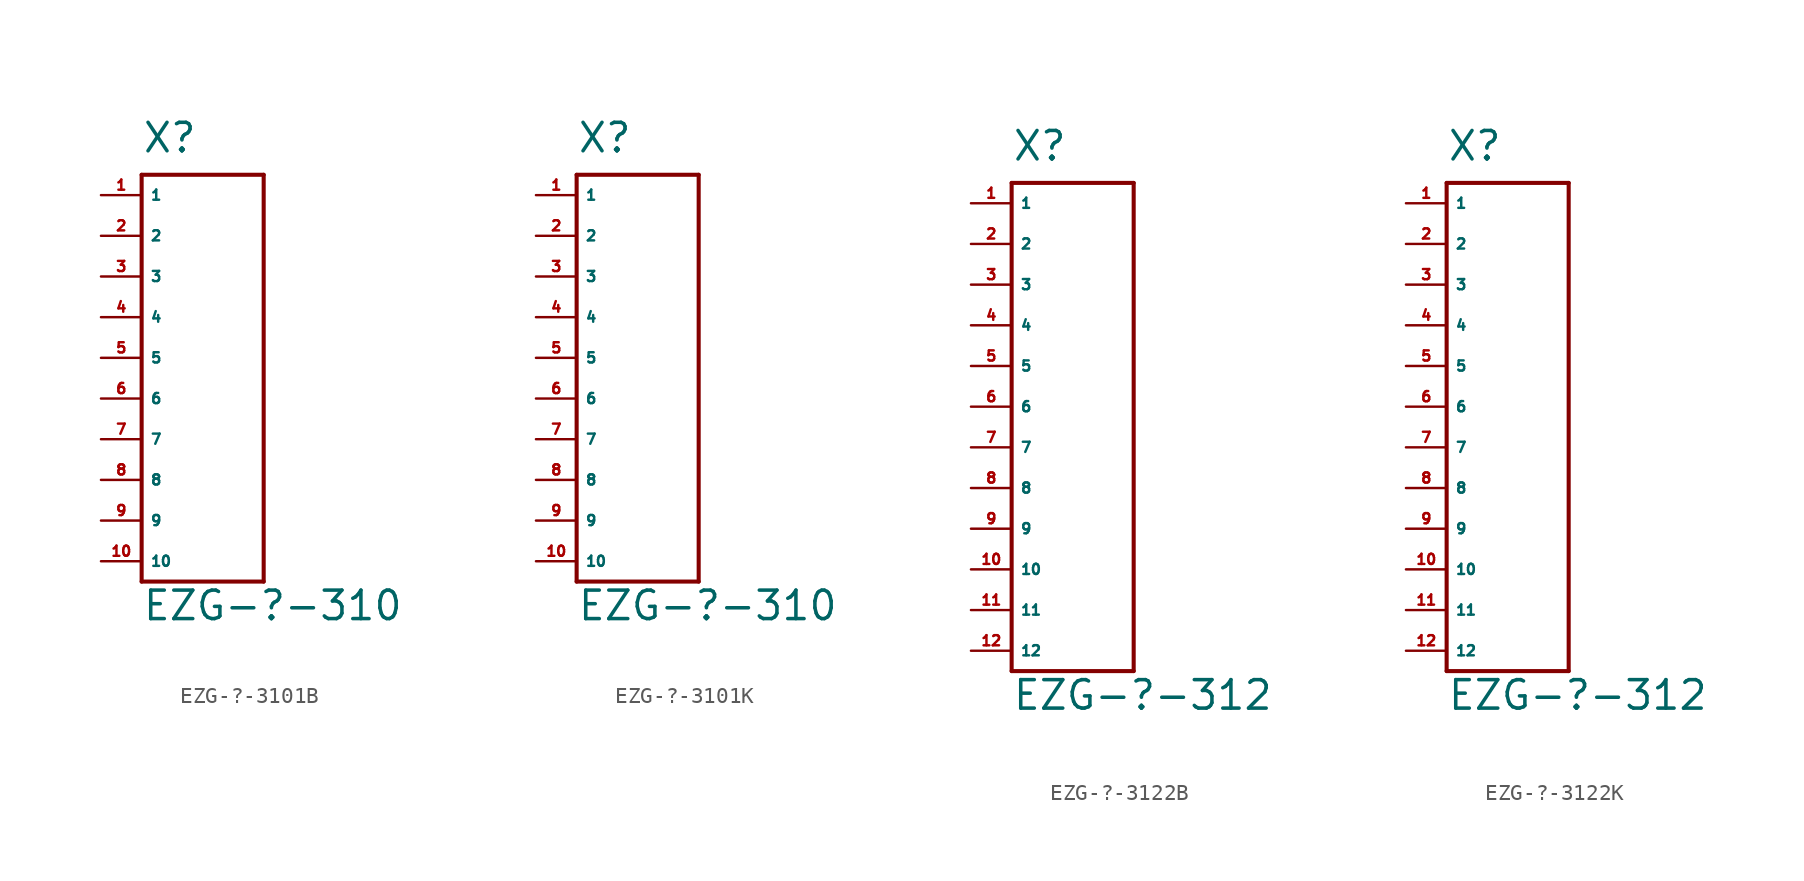
<source format=kicad_sym>
(kicad_symbol_lib
  (version 20220914)
  (generator Eagle2Kicad)
  (symbol "EZG-?-3101B"
    (property "Reference" "X"
      (at -2.54 2.54 0)
      (effects (font (size 1.778 1.778) (thickness 0.22)) (justify left bottom)))
    (property "Value" "EZG-?-310"
      (at -2.54 -26.67 0)
      (effects (font (size 1.778 1.778) (thickness 0.22)) (justify left bottom)))
    (polyline
      (pts (xy -2.54 1.27) (xy -2.54 -24.13))
      (stroke (width 0.254) (type default))
      (fill (type none)))
    (polyline
      (pts (xy -2.54 -24.13) (xy 5.08 -24.13))
      (stroke (width 0.254) (type default))
      (fill (type none)))
    (polyline
      (pts (xy 5.08 -24.13) (xy 5.08 1.27))
      (stroke (width 0.254) (type default))
      (fill (type none)))
    (polyline
      (pts (xy 5.08 1.27) (xy -2.54 1.27))
      (stroke (width 0.254) (type default))
      (fill (type none)))
    (pin passive line
      (at -5.08 0 0)
      (length 2.54)
      (name "1" (effects (font (size 0.635 0.635) (thickness 0.08)) (justify left bottom)))
      (number "1" (effects (font (size 0.635 0.635) (thickness 0.08)) (justify left bottom))))
    (pin passive line
      (at -5.08 -2.54 0)
      (length 2.54)
      (name "2" (effects (font (size 0.635 0.635) (thickness 0.08)) (justify left bottom)))
      (number "2" (effects (font (size 0.635 0.635) (thickness 0.08)) (justify left bottom))))
    (pin passive line
      (at -5.08 -5.08 0)
      (length 2.54)
      (name "3" (effects (font (size 0.635 0.635) (thickness 0.08)) (justify left bottom)))
      (number "3" (effects (font (size 0.635 0.635) (thickness 0.08)) (justify left bottom))))
    (pin passive line
      (at -5.08 -7.62 0)
      (length 2.54)
      (name "4" (effects (font (size 0.635 0.635) (thickness 0.08)) (justify left bottom)))
      (number "4" (effects (font (size 0.635 0.635) (thickness 0.08)) (justify left bottom))))
    (pin passive line
      (at -5.08 -10.16 0)
      (length 2.54)
      (name "5" (effects (font (size 0.635 0.635) (thickness 0.08)) (justify left bottom)))
      (number "5" (effects (font (size 0.635 0.635) (thickness 0.08)) (justify left bottom))))
    (pin passive line
      (at -5.08 -12.7 0)
      (length 2.54)
      (name "6" (effects (font (size 0.635 0.635) (thickness 0.08)) (justify left bottom)))
      (number "6" (effects (font (size 0.635 0.635) (thickness 0.08)) (justify left bottom))))
    (pin passive line
      (at -5.08 -15.24 0)
      (length 2.54)
      (name "7" (effects (font (size 0.635 0.635) (thickness 0.08)) (justify left bottom)))
      (number "7" (effects (font (size 0.635 0.635) (thickness 0.08)) (justify left bottom))))
    (pin passive line
      (at -5.08 -17.78 0)
      (length 2.54)
      (name "8" (effects (font (size 0.635 0.635) (thickness 0.08)) (justify left bottom)))
      (number "8" (effects (font (size 0.635 0.635) (thickness 0.08)) (justify left bottom))))
    (pin passive line
      (at -5.08 -20.32 0)
      (length 2.54)
      (name "9" (effects (font (size 0.635 0.635) (thickness 0.08)) (justify left bottom)))
      (number "9" (effects (font (size 0.635 0.635) (thickness 0.08)) (justify left bottom))))
    (pin passive line
      (at -5.08 -22.86 0)
      (length 2.54)
      (name "10" (effects (font (size 0.635 0.635) (thickness 0.08)) (justify left bottom)))
      (number "10" (effects (font (size 0.635 0.635) (thickness 0.08)) (justify left bottom)))))
  (symbol "EZG-?-3101K"
    (property "Reference" "X"
      (at -2.54 2.54 0)
      (effects (font (size 1.778 1.778) (thickness 0.22)) (justify left bottom)))
    (property "Value" "EZG-?-310"
      (at -2.54 -26.67 0)
      (effects (font (size 1.778 1.778) (thickness 0.22)) (justify left bottom)))
    (polyline
      (pts (xy -2.54 1.27) (xy -2.54 -24.13))
      (stroke (width 0.254) (type default))
      (fill (type none)))
    (polyline
      (pts (xy -2.54 -24.13) (xy 5.08 -24.13))
      (stroke (width 0.254) (type default))
      (fill (type none)))
    (polyline
      (pts (xy 5.08 -24.13) (xy 5.08 1.27))
      (stroke (width 0.254) (type default))
      (fill (type none)))
    (polyline
      (pts (xy 5.08 1.27) (xy -2.54 1.27))
      (stroke (width 0.254) (type default))
      (fill (type none)))
    (pin passive line
      (at -5.08 0 0)
      (length 2.54)
      (name "1" (effects (font (size 0.635 0.635) (thickness 0.08)) (justify left bottom)))
      (number "1" (effects (font (size 0.635 0.635) (thickness 0.08)) (justify left bottom))))
    (pin passive line
      (at -5.08 -2.54 0)
      (length 2.54)
      (name "2" (effects (font (size 0.635 0.635) (thickness 0.08)) (justify left bottom)))
      (number "2" (effects (font (size 0.635 0.635) (thickness 0.08)) (justify left bottom))))
    (pin passive line
      (at -5.08 -5.08 0)
      (length 2.54)
      (name "3" (effects (font (size 0.635 0.635) (thickness 0.08)) (justify left bottom)))
      (number "3" (effects (font (size 0.635 0.635) (thickness 0.08)) (justify left bottom))))
    (pin passive line
      (at -5.08 -7.62 0)
      (length 2.54)
      (name "4" (effects (font (size 0.635 0.635) (thickness 0.08)) (justify left bottom)))
      (number "4" (effects (font (size 0.635 0.635) (thickness 0.08)) (justify left bottom))))
    (pin passive line
      (at -5.08 -10.16 0)
      (length 2.54)
      (name "5" (effects (font (size 0.635 0.635) (thickness 0.08)) (justify left bottom)))
      (number "5" (effects (font (size 0.635 0.635) (thickness 0.08)) (justify left bottom))))
    (pin passive line
      (at -5.08 -12.7 0)
      (length 2.54)
      (name "6" (effects (font (size 0.635 0.635) (thickness 0.08)) (justify left bottom)))
      (number "6" (effects (font (size 0.635 0.635) (thickness 0.08)) (justify left bottom))))
    (pin passive line
      (at -5.08 -15.24 0)
      (length 2.54)
      (name "7" (effects (font (size 0.635 0.635) (thickness 0.08)) (justify left bottom)))
      (number "7" (effects (font (size 0.635 0.635) (thickness 0.08)) (justify left bottom))))
    (pin passive line
      (at -5.08 -17.78 0)
      (length 2.54)
      (name "8" (effects (font (size 0.635 0.635) (thickness 0.08)) (justify left bottom)))
      (number "8" (effects (font (size 0.635 0.635) (thickness 0.08)) (justify left bottom))))
    (pin passive line
      (at -5.08 -20.32 0)
      (length 2.54)
      (name "9" (effects (font (size 0.635 0.635) (thickness 0.08)) (justify left bottom)))
      (number "9" (effects (font (size 0.635 0.635) (thickness 0.08)) (justify left bottom))))
    (pin passive line
      (at -5.08 -22.86 0)
      (length 2.54)
      (name "10" (effects (font (size 0.635 0.635) (thickness 0.08)) (justify left bottom)))
      (number "10" (effects (font (size 0.635 0.635) (thickness 0.08)) (justify left bottom)))))
  (symbol "EZG-?-3122B"
    (property "Reference" "X"
      (at -2.54 2.54 0)
      (effects (font (size 1.778 1.778) (thickness 0.22)) (justify left bottom)))
    (property "Value" "EZG-?-312"
      (at -2.54 -31.75 0)
      (effects (font (size 1.778 1.778) (thickness 0.22)) (justify left bottom)))
    (polyline
      (pts (xy -2.54 1.27) (xy -2.54 -29.21))
      (stroke (width 0.254) (type default))
      (fill (type none)))
    (polyline
      (pts (xy -2.54 -29.21) (xy 5.08 -29.21))
      (stroke (width 0.254) (type default))
      (fill (type none)))
    (polyline
      (pts (xy 5.08 -29.21) (xy 5.08 1.27))
      (stroke (width 0.254) (type default))
      (fill (type none)))
    (polyline
      (pts (xy 5.08 1.27) (xy -2.54 1.27))
      (stroke (width 0.254) (type default))
      (fill (type none)))
    (pin passive line
      (at -5.08 0 0)
      (length 2.54)
      (name "1" (effects (font (size 0.635 0.635) (thickness 0.08)) (justify left bottom)))
      (number "1" (effects (font (size 0.635 0.635) (thickness 0.08)) (justify left bottom))))
    (pin passive line
      (at -5.08 -2.54 0)
      (length 2.54)
      (name "2" (effects (font (size 0.635 0.635) (thickness 0.08)) (justify left bottom)))
      (number "2" (effects (font (size 0.635 0.635) (thickness 0.08)) (justify left bottom))))
    (pin passive line
      (at -5.08 -5.08 0)
      (length 2.54)
      (name "3" (effects (font (size 0.635 0.635) (thickness 0.08)) (justify left bottom)))
      (number "3" (effects (font (size 0.635 0.635) (thickness 0.08)) (justify left bottom))))
    (pin passive line
      (at -5.08 -7.62 0)
      (length 2.54)
      (name "4" (effects (font (size 0.635 0.635) (thickness 0.08)) (justify left bottom)))
      (number "4" (effects (font (size 0.635 0.635) (thickness 0.08)) (justify left bottom))))
    (pin passive line
      (at -5.08 -10.16 0)
      (length 2.54)
      (name "5" (effects (font (size 0.635 0.635) (thickness 0.08)) (justify left bottom)))
      (number "5" (effects (font (size 0.635 0.635) (thickness 0.08)) (justify left bottom))))
    (pin passive line
      (at -5.08 -12.7 0)
      (length 2.54)
      (name "6" (effects (font (size 0.635 0.635) (thickness 0.08)) (justify left bottom)))
      (number "6" (effects (font (size 0.635 0.635) (thickness 0.08)) (justify left bottom))))
    (pin passive line
      (at -5.08 -15.24 0)
      (length 2.54)
      (name "7" (effects (font (size 0.635 0.635) (thickness 0.08)) (justify left bottom)))
      (number "7" (effects (font (size 0.635 0.635) (thickness 0.08)) (justify left bottom))))
    (pin passive line
      (at -5.08 -17.78 0)
      (length 2.54)
      (name "8" (effects (font (size 0.635 0.635) (thickness 0.08)) (justify left bottom)))
      (number "8" (effects (font (size 0.635 0.635) (thickness 0.08)) (justify left bottom))))
    (pin passive line
      (at -5.08 -20.32 0)
      (length 2.54)
      (name "9" (effects (font (size 0.635 0.635) (thickness 0.08)) (justify left bottom)))
      (number "9" (effects (font (size 0.635 0.635) (thickness 0.08)) (justify left bottom))))
    (pin passive line
      (at -5.08 -22.86 0)
      (length 2.54)
      (name "10" (effects (font (size 0.635 0.635) (thickness 0.08)) (justify left bottom)))
      (number "10" (effects (font (size 0.635 0.635) (thickness 0.08)) (justify left bottom))))
    (pin passive line
      (at -5.08 -25.4 0)
      (length 2.54)
      (name "11" (effects (font (size 0.635 0.635) (thickness 0.08)) (justify left bottom)))
      (number "11" (effects (font (size 0.635 0.635) (thickness 0.08)) (justify left bottom))))
    (pin passive line
      (at -5.08 -27.94 0)
      (length 2.54)
      (name "12" (effects (font (size 0.635 0.635) (thickness 0.08)) (justify left bottom)))
      (number "12" (effects (font (size 0.635 0.635) (thickness 0.08)) (justify left bottom)))))
  (symbol "EZG-?-3122K"
    (property "Reference" "X"
      (at -2.54 2.54 0)
      (effects (font (size 1.778 1.778) (thickness 0.22)) (justify left bottom)))
    (property "Value" "EZG-?-312"
      (at -2.54 -31.75 0)
      (effects (font (size 1.778 1.778) (thickness 0.22)) (justify left bottom)))
    (polyline
      (pts (xy -2.54 1.27) (xy -2.54 -29.21))
      (stroke (width 0.254) (type default))
      (fill (type none)))
    (polyline
      (pts (xy -2.54 -29.21) (xy 5.08 -29.21))
      (stroke (width 0.254) (type default))
      (fill (type none)))
    (polyline
      (pts (xy 5.08 -29.21) (xy 5.08 1.27))
      (stroke (width 0.254) (type default))
      (fill (type none)))
    (polyline
      (pts (xy 5.08 1.27) (xy -2.54 1.27))
      (stroke (width 0.254) (type default))
      (fill (type none)))
    (pin passive line
      (at -5.08 0 0)
      (length 2.54)
      (name "1" (effects (font (size 0.635 0.635) (thickness 0.08)) (justify left bottom)))
      (number "1" (effects (font (size 0.635 0.635) (thickness 0.08)) (justify left bottom))))
    (pin passive line
      (at -5.08 -2.54 0)
      (length 2.54)
      (name "2" (effects (font (size 0.635 0.635) (thickness 0.08)) (justify left bottom)))
      (number "2" (effects (font (size 0.635 0.635) (thickness 0.08)) (justify left bottom))))
    (pin passive line
      (at -5.08 -5.08 0)
      (length 2.54)
      (name "3" (effects (font (size 0.635 0.635) (thickness 0.08)) (justify left bottom)))
      (number "3" (effects (font (size 0.635 0.635) (thickness 0.08)) (justify left bottom))))
    (pin passive line
      (at -5.08 -7.62 0)
      (length 2.54)
      (name "4" (effects (font (size 0.635 0.635) (thickness 0.08)) (justify left bottom)))
      (number "4" (effects (font (size 0.635 0.635) (thickness 0.08)) (justify left bottom))))
    (pin passive line
      (at -5.08 -10.16 0)
      (length 2.54)
      (name "5" (effects (font (size 0.635 0.635) (thickness 0.08)) (justify left bottom)))
      (number "5" (effects (font (size 0.635 0.635) (thickness 0.08)) (justify left bottom))))
    (pin passive line
      (at -5.08 -12.7 0)
      (length 2.54)
      (name "6" (effects (font (size 0.635 0.635) (thickness 0.08)) (justify left bottom)))
      (number "6" (effects (font (size 0.635 0.635) (thickness 0.08)) (justify left bottom))))
    (pin passive line
      (at -5.08 -15.24 0)
      (length 2.54)
      (name "7" (effects (font (size 0.635 0.635) (thickness 0.08)) (justify left bottom)))
      (number "7" (effects (font (size 0.635 0.635) (thickness 0.08)) (justify left bottom))))
    (pin passive line
      (at -5.08 -17.78 0)
      (length 2.54)
      (name "8" (effects (font (size 0.635 0.635) (thickness 0.08)) (justify left bottom)))
      (number "8" (effects (font (size 0.635 0.635) (thickness 0.08)) (justify left bottom))))
    (pin passive line
      (at -5.08 -20.32 0)
      (length 2.54)
      (name "9" (effects (font (size 0.635 0.635) (thickness 0.08)) (justify left bottom)))
      (number "9" (effects (font (size 0.635 0.635) (thickness 0.08)) (justify left bottom))))
    (pin passive line
      (at -5.08 -22.86 0)
      (length 2.54)
      (name "10" (effects (font (size 0.635 0.635) (thickness 0.08)) (justify left bottom)))
      (number "10" (effects (font (size 0.635 0.635) (thickness 0.08)) (justify left bottom))))
    (pin passive line
      (at -5.08 -25.4 0)
      (length 2.54)
      (name "11" (effects (font (size 0.635 0.635) (thickness 0.08)) (justify left bottom)))
      (number "11" (effects (font (size 0.635 0.635) (thickness 0.08)) (justify left bottom))))
    (pin passive line
      (at -5.08 -27.94 0)
      (length 2.54)
      (name "12" (effects (font (size 0.635 0.635) (thickness 0.08)) (justify left bottom)))
      (number "12" (effects (font (size 0.635 0.635) (thickness 0.08)) (justify left bottom))))))
</source>
